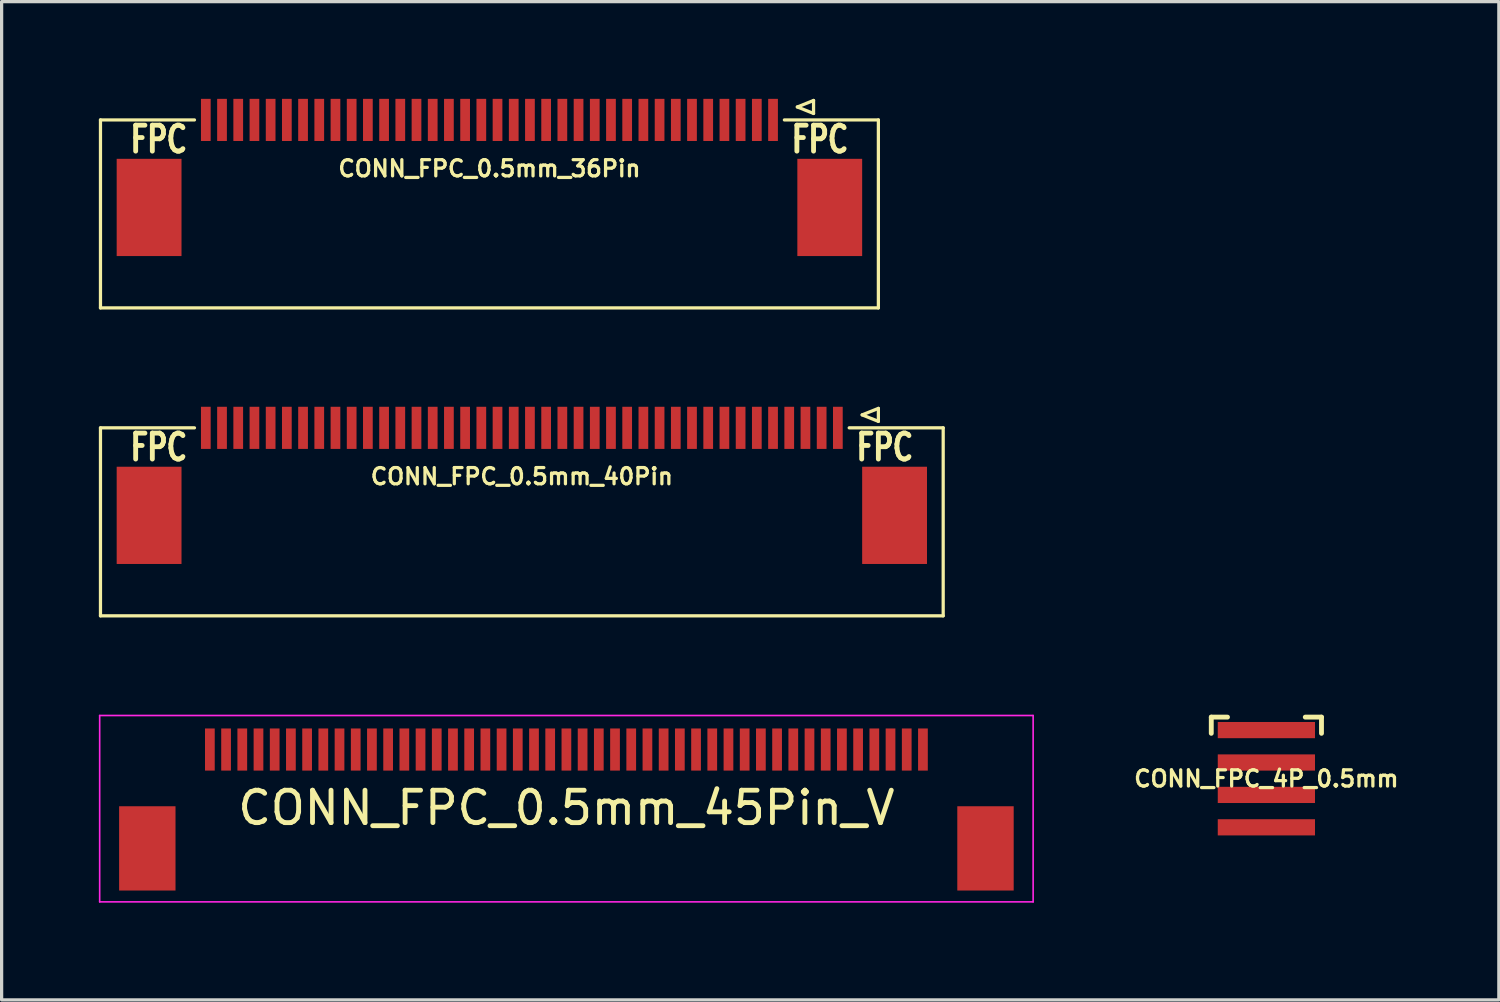
<source format=kicad_pcb>
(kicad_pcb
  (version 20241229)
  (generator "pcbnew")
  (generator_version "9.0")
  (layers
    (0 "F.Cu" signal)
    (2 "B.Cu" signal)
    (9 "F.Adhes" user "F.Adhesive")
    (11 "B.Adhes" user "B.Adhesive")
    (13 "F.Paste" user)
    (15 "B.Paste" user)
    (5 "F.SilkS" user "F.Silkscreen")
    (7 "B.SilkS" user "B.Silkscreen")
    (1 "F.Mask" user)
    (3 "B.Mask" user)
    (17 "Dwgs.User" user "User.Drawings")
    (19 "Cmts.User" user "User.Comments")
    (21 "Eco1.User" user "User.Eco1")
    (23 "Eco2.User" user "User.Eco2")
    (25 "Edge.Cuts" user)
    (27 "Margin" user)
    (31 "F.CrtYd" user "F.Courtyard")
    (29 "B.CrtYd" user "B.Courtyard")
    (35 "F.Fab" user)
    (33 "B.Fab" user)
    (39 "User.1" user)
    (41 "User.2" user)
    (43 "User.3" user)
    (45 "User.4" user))
  (footprint "CONN_FPC_0.5mm_36Pin"
    (layer "F.Cu")
    (at 12.05 0.65)
    (property "Reference" "CONN_FPC_0.5mm_36Pin" (at 0 1.5 0) (layer "F.SilkS") (effects (font (size 0.5 0.5) (thickness 0.1))))
    (attr through_hole)
    (fp_line (start -12 0) (end -12 5.8) (stroke (width 0.1) (type solid)) (layer "F.SilkS"))
    (fp_line (start -12 0) (end -9.1 0) (stroke (width 0.1) (type solid)) (layer "F.SilkS"))
    (fp_line (start -12 5.8) (end 12 5.8) (stroke (width 0.1) (type solid)) (layer "F.SilkS"))
    (fp_line (start 9.1 0) (end 12 0) (stroke (width 0.1) (type solid)) (layer "F.SilkS"))
    (fp_line (start 9.5 -0.4) (end 10 -0.6) (stroke (width 0.1) (type solid)) (layer "F.SilkS"))
    (fp_line (start 10 -0.6) (end 10 -0.2) (stroke (width 0.1) (type solid)) (layer "F.SilkS"))
    (fp_line (start 10 -0.2) (end 9.5 -0.4) (stroke (width 0.1) (type solid)) (layer "F.SilkS"))
    (fp_line (start 12 0) (end 12 5.8) (stroke (width 0.1) (type solid)) (layer "F.SilkS"))
    (fp_text user "FPC" (at 10.2 0.6 0) (layer "F.SilkS") (effects (font (size 0.8 0.6) (thickness 0.15))))
    (fp_text user "FPC" (at -10.2 0.6 0) (layer "F.SilkS") (effects (font (size 0.8 0.6) (thickness 0.15))))
    (pad "1" smd rect (at 8.75 0) (size 0.3 1.3) (layers "F.Cu" "F.Mask" "F.Paste"))
    (pad "2" smd rect (at 8.25 0) (size 0.3 1.3) (layers "F.Cu" "F.Mask" "F.Paste"))
    (pad "3" smd rect (at 7.75 0) (size 0.3 1.3) (layers "F.Cu" "F.Mask" "F.Paste"))
    (pad "4" smd rect (at 7.25 0) (size 0.3 1.3) (layers "F.Cu" "F.Mask" "F.Paste"))
    (pad "5" smd rect (at 6.75 0) (size 0.3 1.3) (layers "F.Cu" "F.Mask" "F.Paste"))
    (pad "6" smd rect (at 6.25 0) (size 0.3 1.3) (layers "F.Cu" "F.Mask" "F.Paste"))
    (pad "7" smd rect (at 5.75 0) (size 0.3 1.3) (layers "F.Cu" "F.Mask" "F.Paste"))
    (pad "8" smd rect (at 5.25 0) (size 0.3 1.3) (layers "F.Cu" "F.Mask" "F.Paste"))
    (pad "9" smd rect (at 4.75 0) (size 0.3 1.3) (layers "F.Cu" "F.Mask" "F.Paste"))
    (pad "10" smd rect (at 4.25 0) (size 0.3 1.3) (layers "F.Cu" "F.Mask" "F.Paste"))
    (pad "11" smd rect (at 3.75 0) (size 0.3 1.3) (layers "F.Cu" "F.Mask" "F.Paste"))
    (pad "12" smd rect (at 3.25 0) (size 0.3 1.3) (layers "F.Cu" "F.Mask" "F.Paste"))
    (pad "13" smd rect (at 2.75 0) (size 0.3 1.3) (layers "F.Cu" "F.Mask" "F.Paste"))
    (pad "14" smd rect (at 2.25 0) (size 0.3 1.3) (layers "F.Cu" "F.Mask" "F.Paste"))
    (pad "15" smd rect (at 1.75 0) (size 0.3 1.3) (layers "F.Cu" "F.Mask" "F.Paste"))
    (pad "16" smd rect (at 1.25 0) (size 0.3 1.3) (layers "F.Cu" "F.Mask" "F.Paste"))
    (pad "17" smd rect (at 0.75 0) (size 0.3 1.3) (layers "F.Cu" "F.Mask" "F.Paste"))
    (pad "18" smd rect (at 0.25 0) (size 0.3 1.3) (layers "F.Cu" "F.Mask" "F.Paste"))
    (pad "19" smd rect (at -0.25 0) (size 0.3 1.3) (layers "F.Cu" "F.Mask" "F.Paste"))
    (pad "20" smd rect (at -0.75 0) (size 0.3 1.3) (layers "F.Cu" "F.Mask" "F.Paste"))
    (pad "21" smd rect (at -1.25 0) (size 0.3 1.3) (layers "F.Cu" "F.Mask" "F.Paste"))
    (pad "22" smd rect (at -1.75 0) (size 0.3 1.3) (layers "F.Cu" "F.Mask" "F.Paste"))
    (pad "23" smd rect (at -2.25 0) (size 0.3 1.3) (layers "F.Cu" "F.Mask" "F.Paste"))
    (pad "24" smd rect (at -2.75 0) (size 0.3 1.3) (layers "F.Cu" "F.Mask" "F.Paste"))
    (pad "25" smd rect (at -3.25 0) (size 0.3 1.3) (layers "F.Cu" "F.Mask" "F.Paste"))
    (pad "26" smd rect (at -3.75 0) (size 0.3 1.3) (layers "F.Cu" "F.Mask" "F.Paste"))
    (pad "27" smd rect (at -4.25 0) (size 0.3 1.3) (layers "F.Cu" "F.Mask" "F.Paste"))
    (pad "28" smd rect (at -4.75 0) (size 0.3 1.3) (layers "F.Cu" "F.Mask" "F.Paste"))
    (pad "29" smd rect (at -5.25 0) (size 0.3 1.3) (layers "F.Cu" "F.Mask" "F.Paste"))
    (pad "30" smd rect (at -5.75 0) (size 0.3 1.3) (layers "F.Cu" "F.Mask" "F.Paste"))
    (pad "31" smd rect (at -6.25 0) (size 0.3 1.3) (layers "F.Cu" "F.Mask" "F.Paste"))
    (pad "32" smd rect (at -6.75 0) (size 0.3 1.3) (layers "F.Cu" "F.Mask" "F.Paste"))
    (pad "33" smd rect (at -7.25 0) (size 0.3 1.3) (layers "F.Cu" "F.Mask" "F.Paste"))
    (pad "34" smd rect (at -7.75 0) (size 0.3 1.3) (layers "F.Cu" "F.Mask" "F.Paste"))
    (pad "35" smd rect (at -8.25 0) (size 0.3 1.3) (layers "F.Cu" "F.Mask" "F.Paste"))
    (pad "36" smd rect (at -8.75 0) (size 0.3 1.3) (layers "F.Cu" "F.Mask" "F.Paste"))
    (pad "37" smd rect (at -10.5 2.7) (size 2 3) (layers "F.Cu" "F.Mask" "F.Paste"))
    (pad "37" smd rect (at 10.5 2.7) (size 2 3) (layers "F.Cu" "F.Mask" "F.Paste")))
  (footprint "CONN_FPC_0.5mm_45Pin_V"
    (layer "F.Cu")
    (at 14.425 20.075)
    (property "Reference" "CONN_FPC_0.5mm_45Pin_V" (at 0 1.8 0) (layer "F.SilkS") (effects (font (size 1 1) (thickness 0.15))))
    (attr through_hole)
    (fp_line (start -14.4 -1.05) (end -14.4 4.7) (stroke (width 0.05) (type solid)) (layer "F.CrtYd"))
    (fp_line (start -14.4 -1.05) (end 14.4 -1.05) (stroke (width 0.05) (type solid)) (layer "F.CrtYd"))
    (fp_line (start -14.4 4.7) (end 14.4 4.7) (stroke (width 0.05) (type solid)) (layer "F.CrtYd"))
    (fp_line (start 14.4 -1.05) (end 14.4 4.7) (stroke (width 0.05) (type solid)) (layer "F.CrtYd"))
    (pad "1" smd rect (at -11 0) (size 0.3 1.3) (layers "F.Cu" "F.Mask" "F.Paste"))
    (pad "2" smd rect (at -10.5 0) (size 0.3 1.3) (layers "F.Cu" "F.Mask" "F.Paste"))
    (pad "3" smd rect (at -10 0) (size 0.3 1.3) (layers "F.Cu" "F.Mask" "F.Paste"))
    (pad "4" smd rect (at -9.5 0) (size 0.3 1.3) (layers "F.Cu" "F.Mask" "F.Paste"))
    (pad "5" smd rect (at -9 0) (size 0.3 1.3) (layers "F.Cu" "F.Mask" "F.Paste"))
    (pad "6" smd rect (at -8.5 0) (size 0.3 1.3) (layers "F.Cu" "F.Mask" "F.Paste"))
    (pad "7" smd rect (at -8 0) (size 0.3 1.3) (layers "F.Cu" "F.Mask" "F.Paste"))
    (pad "8" smd rect (at -7.5 0) (size 0.3 1.3) (layers "F.Cu" "F.Mask" "F.Paste"))
    (pad "9" smd rect (at -7 0) (size 0.3 1.3) (layers "F.Cu" "F.Mask" "F.Paste"))
    (pad "10" smd rect (at -6.5 0) (size 0.3 1.3) (layers "F.Cu" "F.Mask" "F.Paste"))
    (pad "11" smd rect (at -6 0) (size 0.3 1.3) (layers "F.Cu" "F.Mask" "F.Paste"))
    (pad "12" smd rect (at -5.5 0) (size 0.3 1.3) (layers "F.Cu" "F.Mask" "F.Paste"))
    (pad "13" smd rect (at -5 0) (size 0.3 1.3) (layers "F.Cu" "F.Mask" "F.Paste"))
    (pad "14" smd rect (at -4.5 0) (size 0.3 1.3) (layers "F.Cu" "F.Mask" "F.Paste"))
    (pad "15" smd rect (at -4 0) (size 0.3 1.3) (layers "F.Cu" "F.Mask" "F.Paste"))
    (pad "16" smd rect (at -3.5 0) (size 0.3 1.3) (layers "F.Cu" "F.Mask" "F.Paste"))
    (pad "17" smd rect (at -3 0) (size 0.3 1.3) (layers "F.Cu" "F.Mask" "F.Paste"))
    (pad "18" smd rect (at -2.5 0) (size 0.3 1.3) (layers "F.Cu" "F.Mask" "F.Paste"))
    (pad "19" smd rect (at -2 0) (size 0.3 1.3) (layers "F.Cu" "F.Mask" "F.Paste"))
    (pad "20" smd rect (at -1.5 0) (size 0.3 1.3) (layers "F.Cu" "F.Mask" "F.Paste"))
    (pad "21" smd rect (at -1 0) (size 0.3 1.3) (layers "F.Cu" "F.Mask" "F.Paste"))
    (pad "22" smd rect (at -0.5 0) (size 0.3 1.3) (layers "F.Cu" "F.Mask" "F.Paste"))
    (pad "23" smd rect (at 0 0) (size 0.3 1.3) (layers "F.Cu" "F.Mask" "F.Paste"))
    (pad "24" smd rect (at 0.5 0) (size 0.3 1.3) (layers "F.Cu" "F.Mask" "F.Paste"))
    (pad "25" smd rect (at 1 0) (size 0.3 1.3) (layers "F.Cu" "F.Mask" "F.Paste"))
    (pad "26" smd rect (at 1.5 0) (size 0.3 1.3) (layers "F.Cu" "F.Mask" "F.Paste"))
    (pad "27" smd rect (at 2 0) (size 0.3 1.3) (layers "F.Cu" "F.Mask" "F.Paste"))
    (pad "28" smd rect (at 2.5 0) (size 0.3 1.3) (layers "F.Cu" "F.Mask" "F.Paste"))
    (pad "29" smd rect (at 3 0) (size 0.3 1.3) (layers "F.Cu" "F.Mask" "F.Paste"))
    (pad "30" smd rect (at 3.5 0) (size 0.3 1.3) (layers "F.Cu" "F.Mask" "F.Paste"))
    (pad "31" smd rect (at 4 0) (size 0.3 1.3) (layers "F.Cu" "F.Mask" "F.Paste"))
    (pad "32" smd rect (at 4.5 0) (size 0.3 1.3) (layers "F.Cu" "F.Mask" "F.Paste"))
    (pad "33" smd rect (at 5 0) (size 0.3 1.3) (layers "F.Cu" "F.Mask" "F.Paste"))
    (pad "34" smd rect (at 5.5 0) (size 0.3 1.3) (layers "F.Cu" "F.Mask" "F.Paste"))
    (pad "35" smd rect (at 6 0) (size 0.3 1.3) (layers "F.Cu" "F.Mask" "F.Paste"))
    (pad "36" smd rect (at 6.5 0) (size 0.3 1.3) (layers "F.Cu" "F.Mask" "F.Paste"))
    (pad "37" smd rect (at 7 0) (size 0.3 1.3) (layers "F.Cu" "F.Mask" "F.Paste"))
    (pad "38" smd rect (at 7.5 0) (size 0.3 1.3) (layers "F.Cu" "F.Mask" "F.Paste"))
    (pad "39" smd rect (at 8 0) (size 0.3 1.3) (layers "F.Cu" "F.Mask" "F.Paste"))
    (pad "40" smd rect (at 8.5 0) (size 0.3 1.3) (layers "F.Cu" "F.Mask" "F.Paste"))
    (pad "41" smd rect (at 9 0) (size 0.3 1.3) (layers "F.Cu" "F.Mask" "F.Paste"))
    (pad "42" smd rect (at 9.5 0) (size 0.3 1.3) (layers "F.Cu" "F.Mask" "F.Paste"))
    (pad "43" smd rect (at 10 0) (size 0.3 1.3) (layers "F.Cu" "F.Mask" "F.Paste"))
    (pad "44" smd rect (at 10.5 0) (size 0.3 1.3) (layers "F.Cu" "F.Mask" "F.Paste"))
    (pad "45" smd rect (at 11 0) (size 0.3 1.3) (layers "F.Cu" "F.Mask" "F.Paste"))
    (pad "SH" smd rect (at -12.93 3.05) (size 1.74 2.6) (layers "F.Cu" "F.Mask" "F.Paste"))
    (pad "SH" smd rect (at 12.93 3.05) (size 1.74 2.6) (layers "F.Cu" "F.Mask" "F.Paste")))
  (footprint "CONN_FPC_0.5mm_40Pin"
    (layer "F.Cu")
    (at 13.05 10.15)
    (property "Reference" "CONN_FPC_0.5mm_40Pin" (at 0 1.5 0) (layer "F.SilkS") (effects (font (size 0.5 0.5) (thickness 0.1))))
    (attr through_hole)
    (fp_line (start -13 0) (end -13 5.8) (stroke (width 0.1) (type solid)) (layer "F.SilkS"))
    (fp_line (start -13 0) (end -10.1 0) (stroke (width 0.1) (type solid)) (layer "F.SilkS"))
    (fp_line (start -13 5.8) (end 13 5.8) (stroke (width 0.1) (type solid)) (layer "F.SilkS"))
    (fp_line (start 10.1 0) (end 13 0) (stroke (width 0.1) (type solid)) (layer "F.SilkS"))
    (fp_line (start 10.5 -0.4) (end 11 -0.6) (stroke (width 0.1) (type solid)) (layer "F.SilkS"))
    (fp_line (start 11 -0.6) (end 11 -0.2) (stroke (width 0.1) (type solid)) (layer "F.SilkS"))
    (fp_line (start 11 -0.2) (end 10.5 -0.4) (stroke (width 0.1) (type solid)) (layer "F.SilkS"))
    (fp_line (start 13 0) (end 13 5.8) (stroke (width 0.1) (type solid)) (layer "F.SilkS"))
    (fp_text user "FPC" (at -11.2 0.6 0) (layer "F.SilkS") (effects (font (size 0.8 0.6) (thickness 0.15))))
    (fp_text user "FPC" (at 11.2 0.6 0) (layer "F.SilkS") (effects (font (size 0.8 0.6) (thickness 0.15))))
    (pad "1" smd rect (at 9.75 0) (size 0.3 1.3) (layers "F.Cu" "F.Mask" "F.Paste"))
    (pad "2" smd rect (at 9.25 0) (size 0.3 1.3) (layers "F.Cu" "F.Mask" "F.Paste"))
    (pad "3" smd rect (at 8.75 0) (size 0.3 1.3) (layers "F.Cu" "F.Mask" "F.Paste"))
    (pad "4" smd rect (at 8.25 0) (size 0.3 1.3) (layers "F.Cu" "F.Mask" "F.Paste"))
    (pad "5" smd rect (at 7.75 0) (size 0.3 1.3) (layers "F.Cu" "F.Mask" "F.Paste"))
    (pad "6" smd rect (at 7.25 0) (size 0.3 1.3) (layers "F.Cu" "F.Mask" "F.Paste"))
    (pad "7" smd rect (at 6.75 0) (size 0.3 1.3) (layers "F.Cu" "F.Mask" "F.Paste"))
    (pad "8" smd rect (at 6.25 0) (size 0.3 1.3) (layers "F.Cu" "F.Mask" "F.Paste"))
    (pad "9" smd rect (at 5.75 0) (size 0.3 1.3) (layers "F.Cu" "F.Mask" "F.Paste"))
    (pad "10" smd rect (at 5.25 0) (size 0.3 1.3) (layers "F.Cu" "F.Mask" "F.Paste"))
    (pad "11" smd rect (at 4.75 0) (size 0.3 1.3) (layers "F.Cu" "F.Mask" "F.Paste"))
    (pad "12" smd rect (at 4.25 0) (size 0.3 1.3) (layers "F.Cu" "F.Mask" "F.Paste"))
    (pad "13" smd rect (at 3.75 0) (size 0.3 1.3) (layers "F.Cu" "F.Mask" "F.Paste"))
    (pad "14" smd rect (at 3.25 0) (size 0.3 1.3) (layers "F.Cu" "F.Mask" "F.Paste"))
    (pad "15" smd rect (at 2.75 0) (size 0.3 1.3) (layers "F.Cu" "F.Mask" "F.Paste"))
    (pad "16" smd rect (at 2.25 0) (size 0.3 1.3) (layers "F.Cu" "F.Mask" "F.Paste"))
    (pad "17" smd rect (at 1.75 0) (size 0.3 1.3) (layers "F.Cu" "F.Mask" "F.Paste"))
    (pad "18" smd rect (at 1.25 0) (size 0.3 1.3) (layers "F.Cu" "F.Mask" "F.Paste"))
    (pad "19" smd rect (at 0.75 0) (size 0.3 1.3) (layers "F.Cu" "F.Mask" "F.Paste"))
    (pad "20" smd rect (at 0.25 0) (size 0.3 1.3) (layers "F.Cu" "F.Mask" "F.Paste"))
    (pad "21" smd rect (at -0.25 0) (size 0.3 1.3) (layers "F.Cu" "F.Mask" "F.Paste"))
    (pad "22" smd rect (at -0.75 0) (size 0.3 1.3) (layers "F.Cu" "F.Mask" "F.Paste"))
    (pad "23" smd rect (at -1.25 0) (size 0.3 1.3) (layers "F.Cu" "F.Mask" "F.Paste"))
    (pad "24" smd rect (at -1.75 0) (size 0.3 1.3) (layers "F.Cu" "F.Mask" "F.Paste"))
    (pad "25" smd rect (at -2.25 0) (size 0.3 1.3) (layers "F.Cu" "F.Mask" "F.Paste"))
    (pad "26" smd rect (at -2.75 0) (size 0.3 1.3) (layers "F.Cu" "F.Mask" "F.Paste"))
    (pad "27" smd rect (at -3.25 0) (size 0.3 1.3) (layers "F.Cu" "F.Mask" "F.Paste"))
    (pad "28" smd rect (at -3.75 0) (size 0.3 1.3) (layers "F.Cu" "F.Mask" "F.Paste"))
    (pad "29" smd rect (at -4.25 0) (size 0.3 1.3) (layers "F.Cu" "F.Mask" "F.Paste"))
    (pad "30" smd rect (at -4.75 0) (size 0.3 1.3) (layers "F.Cu" "F.Mask" "F.Paste"))
    (pad "31" smd rect (at -5.25 0) (size 0.3 1.3) (layers "F.Cu" "F.Mask" "F.Paste"))
    (pad "32" smd rect (at -5.75 0) (size 0.3 1.3) (layers "F.Cu" "F.Mask" "F.Paste"))
    (pad "33" smd rect (at -6.25 0) (size 0.3 1.3) (layers "F.Cu" "F.Mask" "F.Paste"))
    (pad "34" smd rect (at -6.75 0) (size 0.3 1.3) (layers "F.Cu" "F.Mask" "F.Paste"))
    (pad "35" smd rect (at -7.25 0) (size 0.3 1.3) (layers "F.Cu" "F.Mask" "F.Paste"))
    (pad "36" smd rect (at -7.75 0) (size 0.3 1.3) (layers "F.Cu" "F.Mask" "F.Paste"))
    (pad "37" smd rect (at -8.25 0) (size 0.3 1.3) (layers "F.Cu" "F.Mask" "F.Paste"))
    (pad "38" smd rect (at -8.75 0) (size 0.3 1.3) (layers "F.Cu" "F.Mask" "F.Paste"))
    (pad "39" smd rect (at -9.25 0) (size 0.3 1.3) (layers "F.Cu" "F.Mask" "F.Paste"))
    (pad "40" smd rect (at -9.75 0) (size 0.3 1.3) (layers "F.Cu" "F.Mask" "F.Paste"))
    (pad "41" smd rect (at -11.5 2.7) (size 2 3) (layers "F.Cu" "F.Mask" "F.Paste"))
    (pad "41" smd rect (at 11.5 2.7) (size 2 3) (layers "F.Cu" "F.Mask" "F.Paste")))
  (footprint "CONN_FPC_4P_0.5mm"
    (layer "F.Cu")
    (at 36.021 20.975)
    (property "Reference" "CONN_FPC_4P_0.5mm" (at 0 0 0) (layer "F.SilkS") (effects (font (size 0.5 0.5) (thickness 0.1))))
    (attr through_hole)
    (fp_line (start -1.7 -1.9) (end -1.7 -1.4) (stroke (width 0.15) (type solid)) (layer "F.SilkS"))
    (fp_line (start -1.7 -1.9) (end -1.2 -1.9) (stroke (width 0.15) (type solid)) (layer "F.SilkS"))
    (fp_line (start 1.7 -1.9) (end 1.2 -1.9) (stroke (width 0.15) (type solid)) (layer "F.SilkS"))
    (fp_line (start 1.7 -1.9) (end 1.7 -1.4) (stroke (width 0.15) (type solid)) (layer "F.SilkS"))
    (pad "1" smd rect (at 0 -1.5) (size 3 0.5) (layers "F.Cu" "F.Mask" "F.Paste"))
    (pad "2" smd rect (at 0 -0.5) (size 3 0.5) (layers "F.Cu" "F.Mask" "F.Paste"))
    (pad "3" smd rect (at 0 0.5) (size 3 0.5) (layers "F.Cu" "F.Mask" "F.Paste"))
    (pad "4" smd rect (at 0 1.5) (size 3 0.5) (layers "F.Cu" "F.Mask" "F.Paste")))
  (gr_rect
    (start -3 -3)
    (end 43.193 27.8)
    (stroke (width 0.1) (type default))
    (fill no)
    (layer "Edge.Cuts")))
</source>
